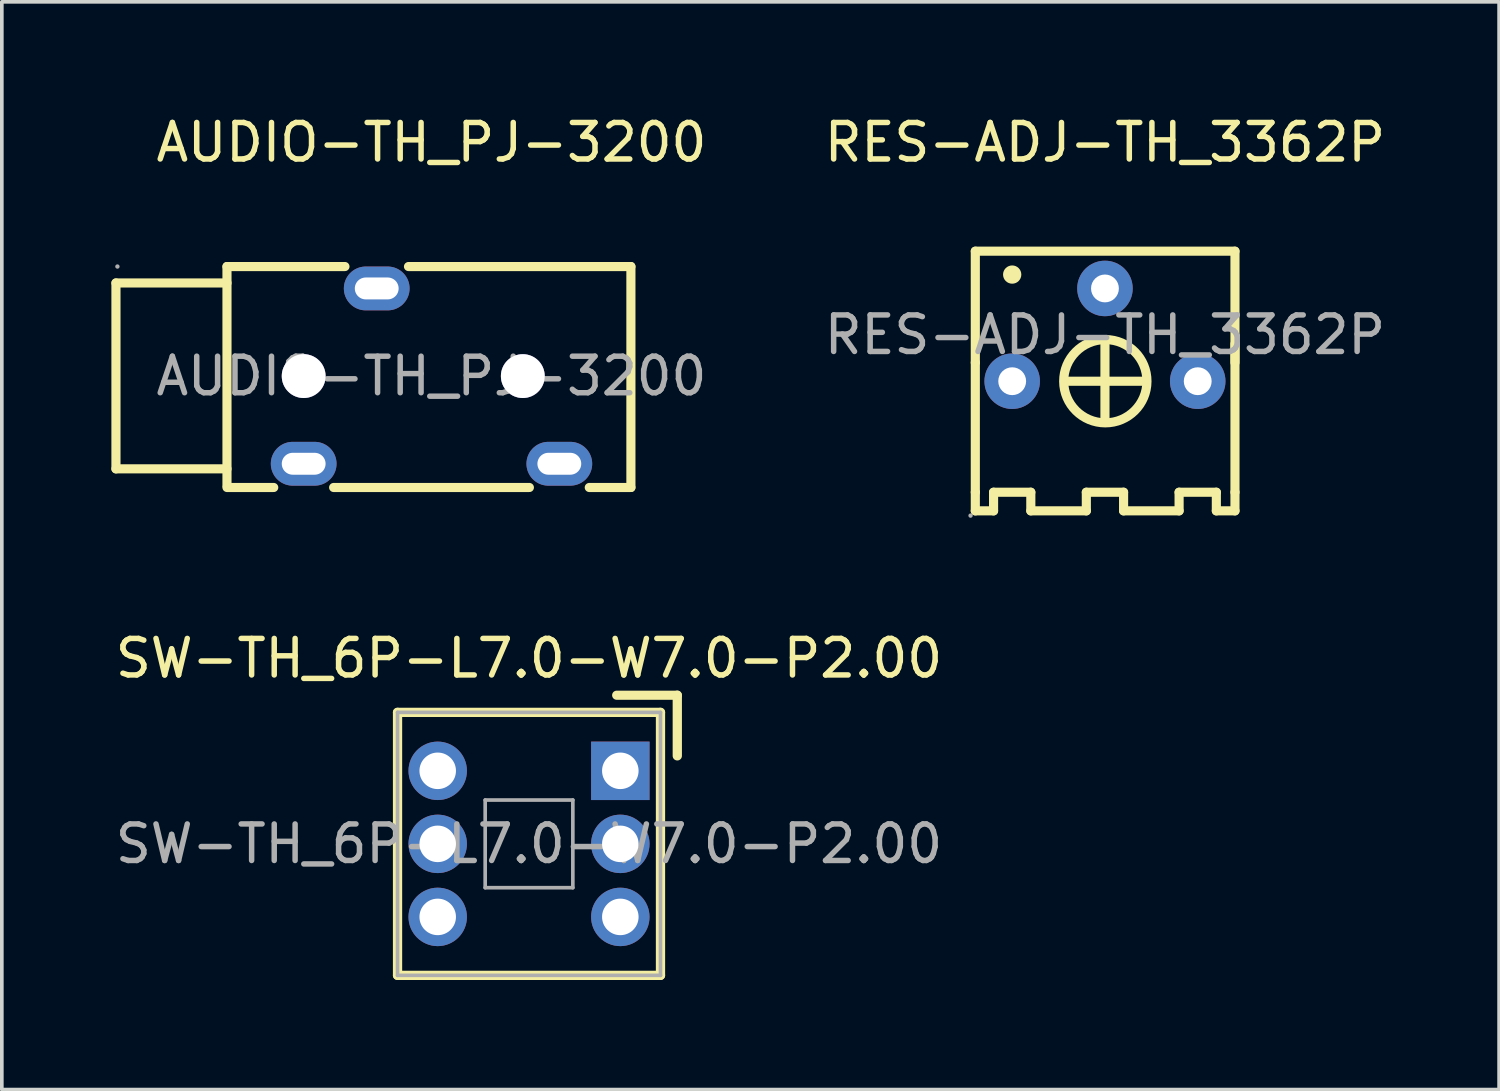
<source format=kicad_pcb>
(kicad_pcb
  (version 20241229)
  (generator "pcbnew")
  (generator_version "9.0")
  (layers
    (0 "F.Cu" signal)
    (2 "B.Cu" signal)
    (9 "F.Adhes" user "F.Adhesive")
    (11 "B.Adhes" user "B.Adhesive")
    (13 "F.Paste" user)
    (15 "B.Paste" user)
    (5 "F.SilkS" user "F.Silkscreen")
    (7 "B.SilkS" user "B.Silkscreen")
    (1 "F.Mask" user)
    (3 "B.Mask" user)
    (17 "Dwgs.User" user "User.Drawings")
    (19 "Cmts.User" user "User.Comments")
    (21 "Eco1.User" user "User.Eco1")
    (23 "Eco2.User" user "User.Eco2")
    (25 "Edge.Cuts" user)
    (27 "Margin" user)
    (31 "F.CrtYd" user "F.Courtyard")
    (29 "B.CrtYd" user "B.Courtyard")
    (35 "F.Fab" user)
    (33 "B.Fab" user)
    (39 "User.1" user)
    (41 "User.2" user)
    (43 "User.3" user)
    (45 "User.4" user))
  (footprint "AUDIO-TH_PJ-3200"
    (layer "F.Cu")
    (at 8.765 7.248)
    (property "Reference" "AUDIO-TH_PJ-3200" (at 0 -6.4 0) (layer "F.SilkS") (effects (font (size 1 1) (thickness 0.15))))
    (attr smd)
    (fp_line (start -8.64 -2.55) (end -8.64 2.54) (stroke (width 0.25) (type solid)) (layer "F.SilkS"))
    (fp_line (start -8.64 2.54) (end -5.6 2.54) (stroke (width 0.25) (type solid)) (layer "F.SilkS"))
    (fp_line (start -5.6 -3) (end -5.6 3) (stroke (width 0.25) (type solid)) (layer "F.SilkS"))
    (fp_line (start -5.6 -3) (end -2.37 -3) (stroke (width 0.25) (type solid)) (layer "F.SilkS"))
    (fp_line (start -5.6 -2.55) (end -8.64 -2.55) (stroke (width 0.25) (type solid)) (layer "F.SilkS"))
    (fp_line (start -4.32 3.05) (end -5.6 3.05) (stroke (width 0.25) (type solid)) (layer "F.SilkS"))
    (fp_line (start -0.63 -3) (end 5.46 -3) (stroke (width 0.25) (type solid)) (layer "F.SilkS"))
    (fp_line (start 2.68 3.05) (end -2.68 3.05) (stroke (width 0.25) (type solid)) (layer "F.SilkS"))
    (fp_line (start 5.46 -3) (end 5.46 3.05) (stroke (width 0.25) (type solid)) (layer "F.SilkS"))
    (fp_line (start 5.46 3.05) (end 4.32 3.05) (stroke (width 0.25) (type solid)) (layer "F.SilkS"))
    (fp_circle (center -3.5 0) (end -3.31 0) (stroke (width 0.38) (type solid)) (fill no) (layer "Cmts.User"))
    (fp_circle (center 2.5 0) (end 2.69 0) (stroke (width 0.38) (type solid)) (fill no) (layer "Cmts.User"))
    (fp_circle (center -8.6 -3) (end -8.57 -3) (stroke (width 0.06) (type solid)) (fill no) (layer "F.Fab"))
    (fp_text user "${REFERENCE}" (at 0 0 0) (layer "F.Fab") (effects (font (size 1 1) (thickness 0.15))))
    (pad "" thru_hole circle (at -3.5 0) (size 1.2 1.2) (drill 1.2) (layers "*.Cu" "*.Mask"))
    (pad "" thru_hole circle (at 2.5 0) (size 1.2 1.2) (drill 1.2) (layers "*.Cu" "*.Mask"))
    (pad "R" thru_hole oval (at -1.5 -2.4) (size 1.8 1.2) (drill oval 1.2 0.6) (layers "*.Cu" "*.Paste" "*.Mask"))
    (pad "S" thru_hole oval (at -3.5 2.4) (size 1.8 1.2) (drill oval 1.2 0.6) (layers "*.Cu" "*.Paste" "*.Mask"))
    (pad "T" thru_hole oval (at 3.5 2.4) (size 1.8 1.2) (drill oval 1.2 0.6) (layers "*.Cu" "*.Paste" "*.Mask")))
  (footprint "SW-TH_6P-L7.0-W7.0-P2.00"
    (layer "F.Cu")
    (at 11.435 20.056)
    (property "Reference" "SW-TH_6P-L7.0-W7.0-P2.00" (at 0 -5.08 0) (layer "F.SilkS") (effects (font (size 1 1) (thickness 0.15))))
    (attr through_hole)
    (fp_line (start -3.6 -3.6) (end 3.6 -3.6) (stroke (width 0.254) (type solid)) (layer "F.SilkS"))
    (fp_line (start -3.6 3.6) (end -3.6 -3.6) (stroke (width 0.254) (type solid)) (layer "F.SilkS"))
    (fp_line (start 2.4 -4.07) (end 4.06 -4.07) (stroke (width 0.25) (type solid)) (layer "F.SilkS"))
    (fp_line (start 3.6 -3.6) (end 3.6 3.6) (stroke (width 0.254) (type solid)) (layer "F.SilkS"))
    (fp_line (start 3.6 3.6) (end -3.6 3.6) (stroke (width 0.254) (type solid)) (layer "F.SilkS"))
    (fp_line (start 4.06 -4.07) (end 4.06 -2.41) (stroke (width 0.254) (type solid)) (layer "F.SilkS"))
    (fp_line (start -3.6 -3.6) (end 3.6 -3.6) (stroke (width 0.1) (type solid)) (layer "F.Fab"))
    (fp_line (start -3.6 3.6) (end -3.6 -3.6) (stroke (width 0.1) (type solid)) (layer "F.Fab"))
    (fp_line (start -1.2 -1.2) (end 1.2 -1.2) (stroke (width 0.1) (type solid)) (layer "F.Fab"))
    (fp_line (start -1.2 1.2) (end -1.2 -1.2) (stroke (width 0.1) (type solid)) (layer "F.Fab"))
    (fp_line (start 1.2 -1.2) (end 1.2 1.2) (stroke (width 0.1) (type solid)) (layer "F.Fab"))
    (fp_line (start 1.2 1.2) (end -1.2 1.2) (stroke (width 0.1) (type solid)) (layer "F.Fab"))
    (fp_line (start 3.6 -3.6) (end 3.6 3.6) (stroke (width 0.1) (type solid)) (layer "F.Fab"))
    (fp_line (start 3.6 3.6) (end -3.6 3.6) (stroke (width 0.1) (type solid)) (layer "F.Fab"))
    (fp_text user "${REFERENCE}" (at 0 0 0) (layer "F.Fab") (effects (font (size 1 1) (thickness 0.15))))
    (pad "1" thru_hole rect (at 2.5 -2 90) (size 1.6 1.6) (drill 1) (layers "*.Cu" "*.Paste" "*.Mask"))
    (pad "2" thru_hole circle (at 2.5 0 90) (size 1.6 1.6) (drill 1) (layers "*.Cu" "*.Paste" "*.Mask"))
    (pad "3" thru_hole circle (at 2.5 2 90) (size 1.6 1.6) (drill 1) (layers "*.Cu" "*.Paste" "*.Mask"))
    (pad "4" thru_hole circle (at -2.5 -2 90) (size 1.6 1.6) (drill 1) (layers "*.Cu" "*.Paste" "*.Mask"))
    (pad "5" thru_hole circle (at -2.5 0 90) (size 1.6 1.6) (drill 1) (layers "*.Cu" "*.Paste" "*.Mask"))
    (pad "6" thru_hole circle (at -2.5 2 90) (size 1.6 1.6) (drill 1) (layers "*.Cu" "*.Paste" "*.Mask")))
  (footprint "RES-ADJ-TH_3362P"
    (layer "F.Cu")
    (at 27.205 6.118)
    (property "Reference" "RES-ADJ-TH_3362P" (at 0 -5.27 0) (layer "F.SilkS") (effects (font (size 1 1) (thickness 0.15))))
    (attr through_hole)
    (fp_line (start -3.55 -2.29) (end 3.56 -2.29) (stroke (width 0.25) (type solid)) (layer "F.SilkS"))
    (fp_line (start -3.55 0.76) (end -3.55 -2.29) (stroke (width 0.25) (type solid)) (layer "F.SilkS"))
    (fp_line (start -3.55 4.31) (end -3.55 0.76) (stroke (width 0.25) (type solid)) (layer "F.SilkS"))
    (fp_line (start -3.55 4.82) (end -3.55 4.31) (stroke (width 0.25) (type solid)) (layer "F.SilkS"))
    (fp_line (start -3.05 4.31) (end -3.05 4.82) (stroke (width 0.25) (type solid)) (layer "F.SilkS"))
    (fp_line (start -3.05 4.82) (end -3.55 4.82) (stroke (width 0.25) (type solid)) (layer "F.SilkS"))
    (fp_line (start -2.03 4.31) (end -3.05 4.31) (stroke (width 0.25) (type solid)) (layer "F.SilkS"))
    (fp_line (start -2.03 4.82) (end -2.03 4.31) (stroke (width 0.25) (type solid)) (layer "F.SilkS"))
    (fp_line (start -0.51 4.31) (end -0.51 4.82) (stroke (width 0.25) (type solid)) (layer "F.SilkS"))
    (fp_line (start -0.51 4.82) (end -2.03 4.82) (stroke (width 0.25) (type solid)) (layer "F.SilkS"))
    (fp_line (start 0 2.28) (end 0 0.25) (stroke (width 0.25) (type solid)) (layer "F.SilkS"))
    (fp_line (start 0.51 4.31) (end -0.51 4.31) (stroke (width 0.25) (type solid)) (layer "F.SilkS"))
    (fp_line (start 0.51 4.82) (end 0.51 4.31) (stroke (width 0.25) (type solid)) (layer "F.SilkS"))
    (fp_line (start 1.02 1.27) (end -1.02 1.27) (stroke (width 0.25) (type solid)) (layer "F.SilkS"))
    (fp_line (start 2.03 4.31) (end 2.03 4.82) (stroke (width 0.25) (type solid)) (layer "F.SilkS"))
    (fp_line (start 2.03 4.82) (end 0.51 4.82) (stroke (width 0.25) (type solid)) (layer "F.SilkS"))
    (fp_line (start 3.05 4.31) (end 2.03 4.31) (stroke (width 0.25) (type solid)) (layer "F.SilkS"))
    (fp_line (start 3.05 4.82) (end 3.05 4.31) (stroke (width 0.25) (type solid)) (layer "F.SilkS"))
    (fp_line (start 3.56 -2.29) (end 3.56 0.76) (stroke (width 0.25) (type solid)) (layer "F.SilkS"))
    (fp_line (start 3.56 0.25) (end 3.56 4.31) (stroke (width 0.25) (type solid)) (layer "F.SilkS"))
    (fp_line (start 3.56 4.31) (end 3.56 4.82) (stroke (width 0.25) (type solid)) (layer "F.SilkS"))
    (fp_line (start 3.56 4.82) (end 3.05 4.82) (stroke (width 0.25) (type solid)) (layer "F.SilkS"))
    (fp_arc (start -2.54 -1.65) (mid -2.54 -1.65) (end -2.54 -1.65) (stroke (width 0.25) (type solid)) (layer "F.SilkS"))
    (fp_arc (start 0.02 0.13) (mid 0.010048 2.410044) (end -0.000096 0.130001) (stroke (width 0.25) (type solid)) (layer "F.SilkS"))
    (fp_circle (center -3.68 4.95) (end -3.65 4.95) (stroke (width 0.06) (type solid)) (fill no) (layer "F.Fab"))
    (fp_circle (center -2.54 1.27) (end -2.4 1.27) (stroke (width 0.28) (type solid)) (fill no) (layer "F.Fab"))
    (fp_circle (center 0 -1.27) (end 0.14 -1.27) (stroke (width 0.28) (type solid)) (fill no) (layer "F.Fab"))
    (fp_circle (center 2.54 1.27) (end 2.68 1.27) (stroke (width 0.28) (type solid)) (fill no) (layer "F.Fab"))
    (fp_text user "${REFERENCE}" (at 0 0 0) (layer "F.Fab") (effects (font (size 1 1) (thickness 0.15))))
    (pad "1" thru_hole circle (at -2.54 1.27) (size 1.52 1.52) (drill 0.762) (layers "*.Cu" "*.Paste" "*.Mask"))
    (pad "2" thru_hole circle (at 0 -1.27) (size 1.52 1.52) (drill 0.762) (layers "*.Cu" "*.Paste" "*.Mask"))
    (pad "3" thru_hole circle (at 2.54 1.27) (size 1.52 1.52) (drill 0.762) (layers "*.Cu" "*.Paste" "*.Mask")))
  (gr_rect
    (start -3 -3)
    (end 37.997 26.784)
    (stroke (width 0.1) (type default))
    (fill no)
    (layer "Edge.Cuts")))
</source>
